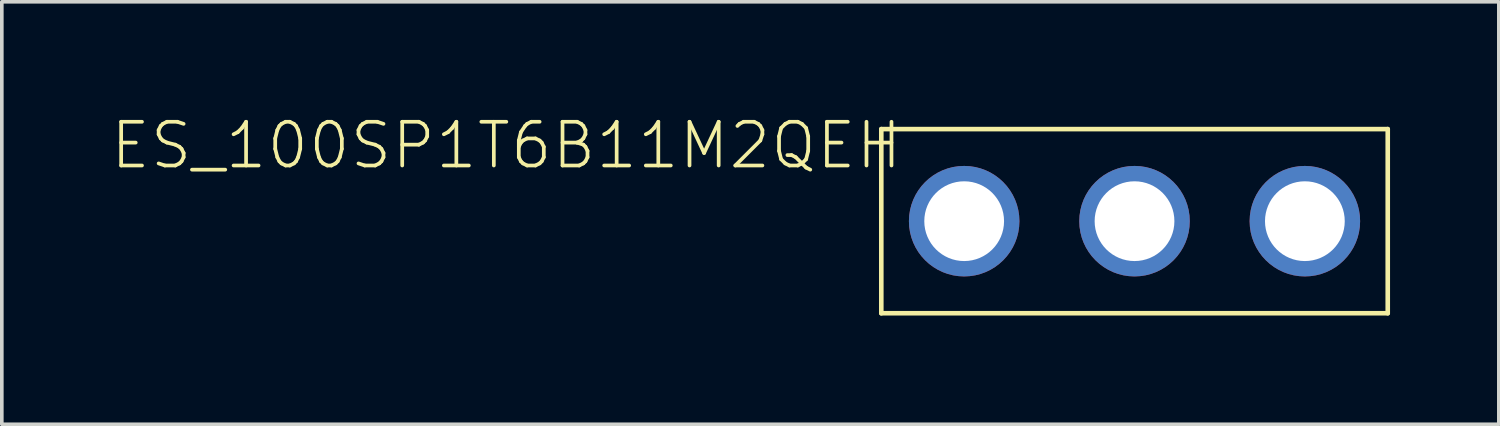
<source format=kicad_pcb>
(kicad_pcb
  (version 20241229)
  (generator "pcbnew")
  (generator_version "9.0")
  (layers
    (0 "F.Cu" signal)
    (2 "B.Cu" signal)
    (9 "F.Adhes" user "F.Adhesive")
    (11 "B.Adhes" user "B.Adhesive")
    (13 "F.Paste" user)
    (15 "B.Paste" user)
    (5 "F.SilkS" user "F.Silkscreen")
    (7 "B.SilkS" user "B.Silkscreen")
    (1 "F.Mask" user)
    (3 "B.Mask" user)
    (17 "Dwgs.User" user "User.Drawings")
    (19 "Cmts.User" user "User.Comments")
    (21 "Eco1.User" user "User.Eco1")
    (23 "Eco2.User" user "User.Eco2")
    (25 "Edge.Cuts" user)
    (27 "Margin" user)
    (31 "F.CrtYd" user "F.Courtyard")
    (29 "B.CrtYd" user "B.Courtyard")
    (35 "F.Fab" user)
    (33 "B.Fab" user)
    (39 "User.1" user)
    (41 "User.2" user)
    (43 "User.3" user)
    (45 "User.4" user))
  (footprint "ES_100SP1T6B11M2QEH"
    (layer "F.Cu")
    (at 28.245 3.051)
    (property "Reference" "ES_100SP1T6B11M2QEH" (at -6.35 -2.794 0) (layer "F.SilkS") (effects (font (size 1.206 1.206) (thickness 0.102)) (justify right top)))
    (attr through_hole)
    (fp_line (start -6.985 -2.54) (end -6.985 2.54) (stroke (width 0.127) (type solid)) (layer "F.SilkS"))
    (fp_line (start -6.985 2.54) (end 6.985 2.54) (stroke (width 0.127) (type solid)) (layer "F.SilkS"))
    (fp_line (start 6.985 -2.54) (end -6.985 -2.54) (stroke (width 0.127) (type solid)) (layer "F.SilkS"))
    (fp_line (start 6.985 2.54) (end 6.985 -2.54) (stroke (width 0.127) (type solid)) (layer "F.SilkS"))
    (pad "O" thru_hole circle (at -4.699 0) (size 3.048 3.048) (drill 2.2) (layers "*.Cu" "*.Mask"))
    (pad "P" thru_hole circle (at 0 0) (size 3.048 3.048) (drill 2.2) (layers "*.Cu" "*.Mask"))
    (pad "S" thru_hole circle (at 4.699 0) (size 3.048 3.048) (drill 2.2) (layers "*.Cu" "*.Mask")))
  (gr_rect
    (start -3 -3)
    (end 38.294 8.654)
    (stroke (width 0.1) (type default))
    (fill no)
    (layer "Edge.Cuts")))
</source>
